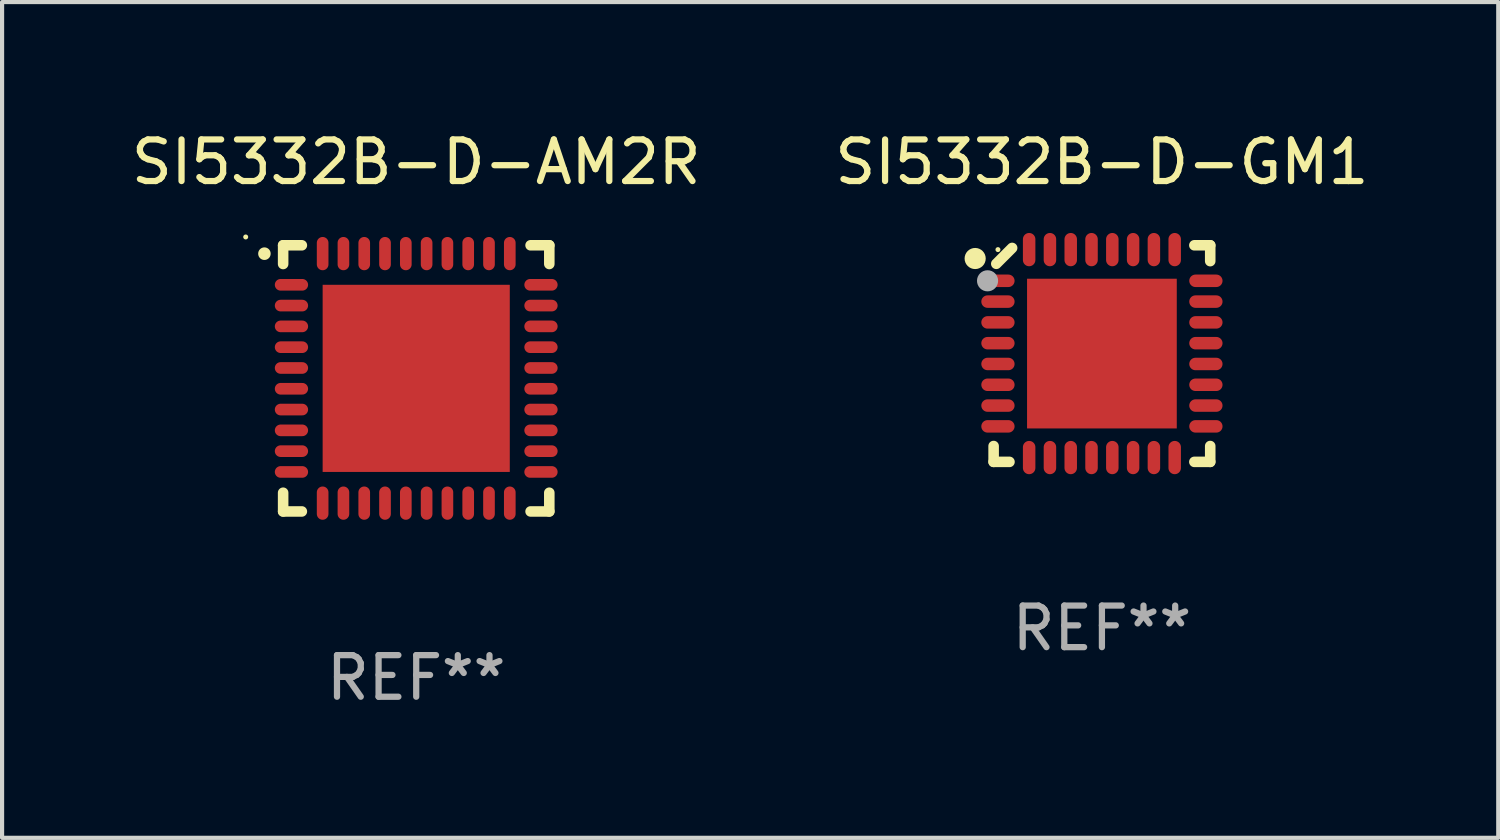
<source format=kicad_pcb>
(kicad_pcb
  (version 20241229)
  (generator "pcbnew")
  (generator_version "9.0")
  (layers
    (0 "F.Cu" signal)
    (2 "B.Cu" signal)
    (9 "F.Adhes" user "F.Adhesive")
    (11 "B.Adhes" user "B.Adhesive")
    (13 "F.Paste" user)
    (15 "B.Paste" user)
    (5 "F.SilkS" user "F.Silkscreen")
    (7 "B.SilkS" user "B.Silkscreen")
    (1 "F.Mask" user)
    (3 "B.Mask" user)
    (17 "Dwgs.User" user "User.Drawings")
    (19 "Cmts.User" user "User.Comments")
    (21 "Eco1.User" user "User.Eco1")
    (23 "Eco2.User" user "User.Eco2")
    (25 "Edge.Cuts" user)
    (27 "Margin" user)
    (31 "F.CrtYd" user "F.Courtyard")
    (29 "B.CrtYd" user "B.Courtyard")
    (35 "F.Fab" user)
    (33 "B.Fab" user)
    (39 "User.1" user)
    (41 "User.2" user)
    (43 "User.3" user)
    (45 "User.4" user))
  (footprint "SI5332B-D-AM2R"
    (layer "F.Cu")
    (at 6.958 6.048)
    (property "Reference" "SI5332B-D-AM2R" (at 0 -5.2 0) (layer "F.SilkS") (effects (font (size 1 1) (thickness 0.15))))
    (attr through_hole)
    (fp_line (start -3.2 -3.2) (end -2.75 -3.2) (stroke (width 0.254) (type solid)) (layer "F.SilkS"))
    (fp_line (start -3.2 -2.75) (end -3.2 -3.2) (stroke (width 0.254) (type solid)) (layer "F.SilkS"))
    (fp_line (start -3.2 3.2) (end -3.2 2.75) (stroke (width 0.254) (type solid)) (layer "F.SilkS"))
    (fp_line (start -2.75 3.2) (end -3.2 3.2) (stroke (width 0.254) (type solid)) (layer "F.SilkS"))
    (fp_line (start 2.75 3.2) (end 3.2 3.2) (stroke (width 0.254) (type solid)) (layer "F.SilkS"))
    (fp_line (start 3.2 -3.2) (end 2.75 -3.2) (stroke (width 0.254) (type solid)) (layer "F.SilkS"))
    (fp_line (start 3.2 -2.75) (end 3.2 -3.2) (stroke (width 0.254) (type solid)) (layer "F.SilkS"))
    (fp_line (start 3.2 3.2) (end 3.2 2.75) (stroke (width 0.254) (type solid)) (layer "F.SilkS"))
    (fp_arc (start -3.649987 -2.997206) (mid -3.649992 -2.998476) (end -3.649987 -2.999746) (stroke (width 0.3) (type solid)) (layer "F.SilkS"))
    (fp_circle (center -4.1 -3.4) (end -4.07 -3.4) (stroke (width 0.06) (type solid)) (fill no) (layer "F.SilkS"))
    (fp_text user "REF**" (at 0 7.2 0) (layer "F.Fab") (effects (font (size 1 1) (thickness 0.15))))
    (pad "1" smd oval (at -3 -2.25 90) (size 0.28 0.8) (layers "F.Cu" "F.Mask" "F.Paste"))
    (pad "2" smd oval (at -3 -1.75 90) (size 0.28 0.8) (layers "F.Cu" "F.Mask" "F.Paste"))
    (pad "3" smd oval (at -3 -1.25 90) (size 0.28 0.8) (layers "F.Cu" "F.Mask" "F.Paste"))
    (pad "4" smd oval (at -3 -0.75 90) (size 0.28 0.8) (layers "F.Cu" "F.Mask" "F.Paste"))
    (pad "5" smd oval (at -3 -0.25 90) (size 0.28 0.8) (layers "F.Cu" "F.Mask" "F.Paste"))
    (pad "6" smd oval (at -3 0.25 90) (size 0.28 0.8) (layers "F.Cu" "F.Mask" "F.Paste"))
    (pad "7" smd oval (at -3 0.75 90) (size 0.28 0.8) (layers "F.Cu" "F.Mask" "F.Paste"))
    (pad "8" smd oval (at -3 1.25 90) (size 0.28 0.8) (layers "F.Cu" "F.Mask" "F.Paste"))
    (pad "9" smd oval (at -3 1.75 90) (size 0.28 0.8) (layers "F.Cu" "F.Mask" "F.Paste"))
    (pad "10" smd oval (at -3 2.25 90) (size 0.28 0.8) (layers "F.Cu" "F.Mask" "F.Paste"))
    (pad "11" smd oval (at -2.25 3) (size 0.28 0.8) (layers "F.Cu" "F.Mask" "F.Paste"))
    (pad "12" smd oval (at -1.75 3) (size 0.28 0.8) (layers "F.Cu" "F.Mask" "F.Paste"))
    (pad "13" smd oval (at -1.25 3) (size 0.28 0.8) (layers "F.Cu" "F.Mask" "F.Paste"))
    (pad "14" smd oval (at -0.75 3) (size 0.28 0.8) (layers "F.Cu" "F.Mask" "F.Paste"))
    (pad "15" smd oval (at -0.25 3) (size 0.28 0.8) (layers "F.Cu" "F.Mask" "F.Paste"))
    (pad "16" smd oval (at 0.25 3) (size 0.28 0.8) (layers "F.Cu" "F.Mask" "F.Paste"))
    (pad "17" smd oval (at 0.75 3) (size 0.28 0.8) (layers "F.Cu" "F.Mask" "F.Paste"))
    (pad "18" smd oval (at 1.25 3) (size 0.28 0.8) (layers "F.Cu" "F.Mask" "F.Paste"))
    (pad "19" smd oval (at 1.75 3) (size 0.28 0.8) (layers "F.Cu" "F.Mask" "F.Paste"))
    (pad "20" smd oval (at 2.25 3) (size 0.28 0.8) (layers "F.Cu" "F.Mask" "F.Paste"))
    (pad "21" smd oval (at 3 2.25 90) (size 0.28 0.8) (layers "F.Cu" "F.Mask" "F.Paste"))
    (pad "22" smd oval (at 3 1.75 90) (size 0.28 0.8) (layers "F.Cu" "F.Mask" "F.Paste"))
    (pad "23" smd oval (at 3 1.25 90) (size 0.28 0.8) (layers "F.Cu" "F.Mask" "F.Paste"))
    (pad "24" smd oval (at 3 0.75 90) (size 0.28 0.8) (layers "F.Cu" "F.Mask" "F.Paste"))
    (pad "25" smd oval (at 3 0.25 90) (size 0.28 0.8) (layers "F.Cu" "F.Mask" "F.Paste"))
    (pad "26" smd oval (at 3 -0.25 90) (size 0.28 0.8) (layers "F.Cu" "F.Mask" "F.Paste"))
    (pad "27" smd oval (at 3 -0.75 90) (size 0.28 0.8) (layers "F.Cu" "F.Mask" "F.Paste"))
    (pad "28" smd oval (at 3 -1.25 90) (size 0.28 0.8) (layers "F.Cu" "F.Mask" "F.Paste"))
    (pad "29" smd oval (at 3 -1.75 90) (size 0.28 0.8) (layers "F.Cu" "F.Mask" "F.Paste"))
    (pad "30" smd oval (at 3 -2.25 90) (size 0.28 0.8) (layers "F.Cu" "F.Mask" "F.Paste"))
    (pad "31" smd oval (at 2.25 -3) (size 0.28 0.8) (layers "F.Cu" "F.Mask" "F.Paste"))
    (pad "32" smd oval (at 1.75 -3) (size 0.28 0.8) (layers "F.Cu" "F.Mask" "F.Paste"))
    (pad "33" smd oval (at 1.25 -3) (size 0.28 0.8) (layers "F.Cu" "F.Mask" "F.Paste"))
    (pad "34" smd oval (at 0.75 -3) (size 0.28 0.8) (layers "F.Cu" "F.Mask" "F.Paste"))
    (pad "35" smd oval (at 0.25 -3) (size 0.28 0.8) (layers "F.Cu" "F.Mask" "F.Paste"))
    (pad "36" smd oval (at -0.25 -3) (size 0.28 0.8) (layers "F.Cu" "F.Mask" "F.Paste"))
    (pad "37" smd oval (at -0.75 -3) (size 0.28 0.8) (layers "F.Cu" "F.Mask" "F.Paste"))
    (pad "38" smd oval (at -1.25 -3) (size 0.28 0.8) (layers "F.Cu" "F.Mask" "F.Paste"))
    (pad "39" smd oval (at -1.75 -3) (size 0.28 0.8) (layers "F.Cu" "F.Mask" "F.Paste"))
    (pad "40" smd oval (at -2.25 -3) (size 0.28 0.8) (layers "F.Cu" "F.Mask" "F.Paste"))
    (pad "41" smd rect (at 0 0) (size 4.5 4.5) (layers "F.Cu" "F.Mask" "F.Paste")))
  (footprint "SI5332B-D-GM1"
    (layer "F.Cu")
    (at 23.446 5.452)
    (property "Reference" "SI5332B-D-GM1" (at 0 -4.604 0) (layer "F.SilkS") (effects (font (size 1 1) (thickness 0.15))))
    (attr through_hole)
    (fp_line (start -2.604 2.223) (end -2.604 2.604) (stroke (width 0.254) (type solid)) (layer "F.SilkS"))
    (fp_line (start -2.604 2.604) (end -2.223 2.604) (stroke (width 0.254) (type solid)) (layer "F.SilkS"))
    (fp_line (start -2.159 -2.54) (end -2.54 -2.159) (stroke (width 0.254) (type solid)) (layer "F.SilkS"))
    (fp_line (start 2.223 2.604) (end 2.604 2.604) (stroke (width 0.254) (type solid)) (layer "F.SilkS"))
    (fp_line (start 2.604 -2.604) (end 2.223 -2.604) (stroke (width 0.254) (type solid)) (layer "F.SilkS"))
    (fp_line (start 2.604 -2.223) (end 2.604 -2.604) (stroke (width 0.254) (type solid)) (layer "F.SilkS"))
    (fp_line (start 2.604 2.604) (end 2.604 2.223) (stroke (width 0.254) (type solid)) (layer "F.SilkS"))
    (fp_circle (center -3.048 -2.286) (end -2.921 -2.286) (stroke (width 0.254) (type solid)) (fill no) (layer "F.SilkS"))
    (fp_circle (center -2.5 -2.5) (end -2.47 -2.5) (stroke (width 0.06) (type solid)) (fill no) (layer "F.SilkS"))
    (fp_circle (center -2.75 -1.75) (end -2.623 -1.75) (stroke (width 0.254) (type solid)) (fill no) (layer "F.Fab"))
    (fp_text user "REF**" (at 0 6.604 0) (layer "F.Fab") (effects (font (size 1 1) (thickness 0.15))))
    (pad "1" smd oval (at -2.5 -1.75) (size 0.8 0.3) (layers "F.Cu" "F.Mask" "F.Paste"))
    (pad "2" smd oval (at -2.5 -1.25) (size 0.8 0.3) (layers "F.Cu" "F.Mask" "F.Paste"))
    (pad "3" smd oval (at -2.5 -0.75) (size 0.8 0.3) (layers "F.Cu" "F.Mask" "F.Paste"))
    (pad "4" smd oval (at -2.5 -0.25) (size 0.8 0.3) (layers "F.Cu" "F.Mask" "F.Paste"))
    (pad "5" smd oval (at -2.5 0.25) (size 0.8 0.3) (layers "F.Cu" "F.Mask" "F.Paste"))
    (pad "6" smd oval (at -2.5 0.75) (size 0.8 0.3) (layers "F.Cu" "F.Mask" "F.Paste"))
    (pad "7" smd oval (at -2.5 1.25) (size 0.8 0.3) (layers "F.Cu" "F.Mask" "F.Paste"))
    (pad "8" smd oval (at -2.5 1.75) (size 0.8 0.3) (layers "F.Cu" "F.Mask" "F.Paste"))
    (pad "9" smd oval (at -1.75 2.5) (size 0.3 0.8) (layers "F.Cu" "F.Mask" "F.Paste"))
    (pad "10" smd oval (at -1.25 2.5) (size 0.3 0.8) (layers "F.Cu" "F.Mask" "F.Paste"))
    (pad "11" smd oval (at -0.75 2.5) (size 0.3 0.8) (layers "F.Cu" "F.Mask" "F.Paste"))
    (pad "12" smd oval (at -0.25 2.5) (size 0.3 0.8) (layers "F.Cu" "F.Mask" "F.Paste"))
    (pad "13" smd oval (at 0.25 2.5) (size 0.3 0.8) (layers "F.Cu" "F.Mask" "F.Paste"))
    (pad "14" smd oval (at 0.75 2.5) (size 0.3 0.8) (layers "F.Cu" "F.Mask" "F.Paste"))
    (pad "15" smd oval (at 1.25 2.5) (size 0.3 0.8) (layers "F.Cu" "F.Mask" "F.Paste"))
    (pad "16" smd oval (at 1.75 2.5) (size 0.3 0.8) (layers "F.Cu" "F.Mask" "F.Paste"))
    (pad "17" smd oval (at 2.5 1.75) (size 0.8 0.3) (layers "F.Cu" "F.Mask" "F.Paste"))
    (pad "18" smd oval (at 2.5 1.25) (size 0.8 0.3) (layers "F.Cu" "F.Mask" "F.Paste"))
    (pad "19" smd oval (at 2.5 0.75) (size 0.8 0.3) (layers "F.Cu" "F.Mask" "F.Paste"))
    (pad "20" smd oval (at 2.5 0.25) (size 0.8 0.3) (layers "F.Cu" "F.Mask" "F.Paste"))
    (pad "21" smd oval (at 2.5 -0.25) (size 0.8 0.3) (layers "F.Cu" "F.Mask" "F.Paste"))
    (pad "22" smd oval (at 2.5 -0.75) (size 0.8 0.3) (layers "F.Cu" "F.Mask" "F.Paste"))
    (pad "23" smd oval (at 2.5 -1.25) (size 0.8 0.3) (layers "F.Cu" "F.Mask" "F.Paste"))
    (pad "24" smd oval (at 2.5 -1.75) (size 0.8 0.3) (layers "F.Cu" "F.Mask" "F.Paste"))
    (pad "25" smd oval (at 1.75 -2.5) (size 0.3 0.8) (layers "F.Cu" "F.Mask" "F.Paste"))
    (pad "26" smd oval (at 1.25 -2.5) (size 0.3 0.8) (layers "F.Cu" "F.Mask" "F.Paste"))
    (pad "27" smd oval (at 0.75 -2.5) (size 0.3 0.8) (layers "F.Cu" "F.Mask" "F.Paste"))
    (pad "28" smd oval (at 0.25 -2.5) (size 0.3 0.8) (layers "F.Cu" "F.Mask" "F.Paste"))
    (pad "29" smd oval (at -0.25 -2.5) (size 0.3 0.8) (layers "F.Cu" "F.Mask" "F.Paste"))
    (pad "30" smd oval (at -0.75 -2.5) (size 0.3 0.8) (layers "F.Cu" "F.Mask" "F.Paste"))
    (pad "31" smd oval (at -1.25 -2.5) (size 0.3 0.8) (layers "F.Cu" "F.Mask" "F.Paste"))
    (pad "32" smd oval (at -1.75 -2.5) (size 0.3 0.8) (layers "F.Cu" "F.Mask" "F.Paste"))
    (pad "33" smd rect (at -0.000076 0) (size 3.6 3.6) (layers "F.Cu" "F.Mask" "F.Paste")))
  (gr_rect
    (start -3 -3)
    (end 32.976 17.096)
    (stroke (width 0.1) (type default))
    (fill no)
    (layer "Edge.Cuts")))
</source>
